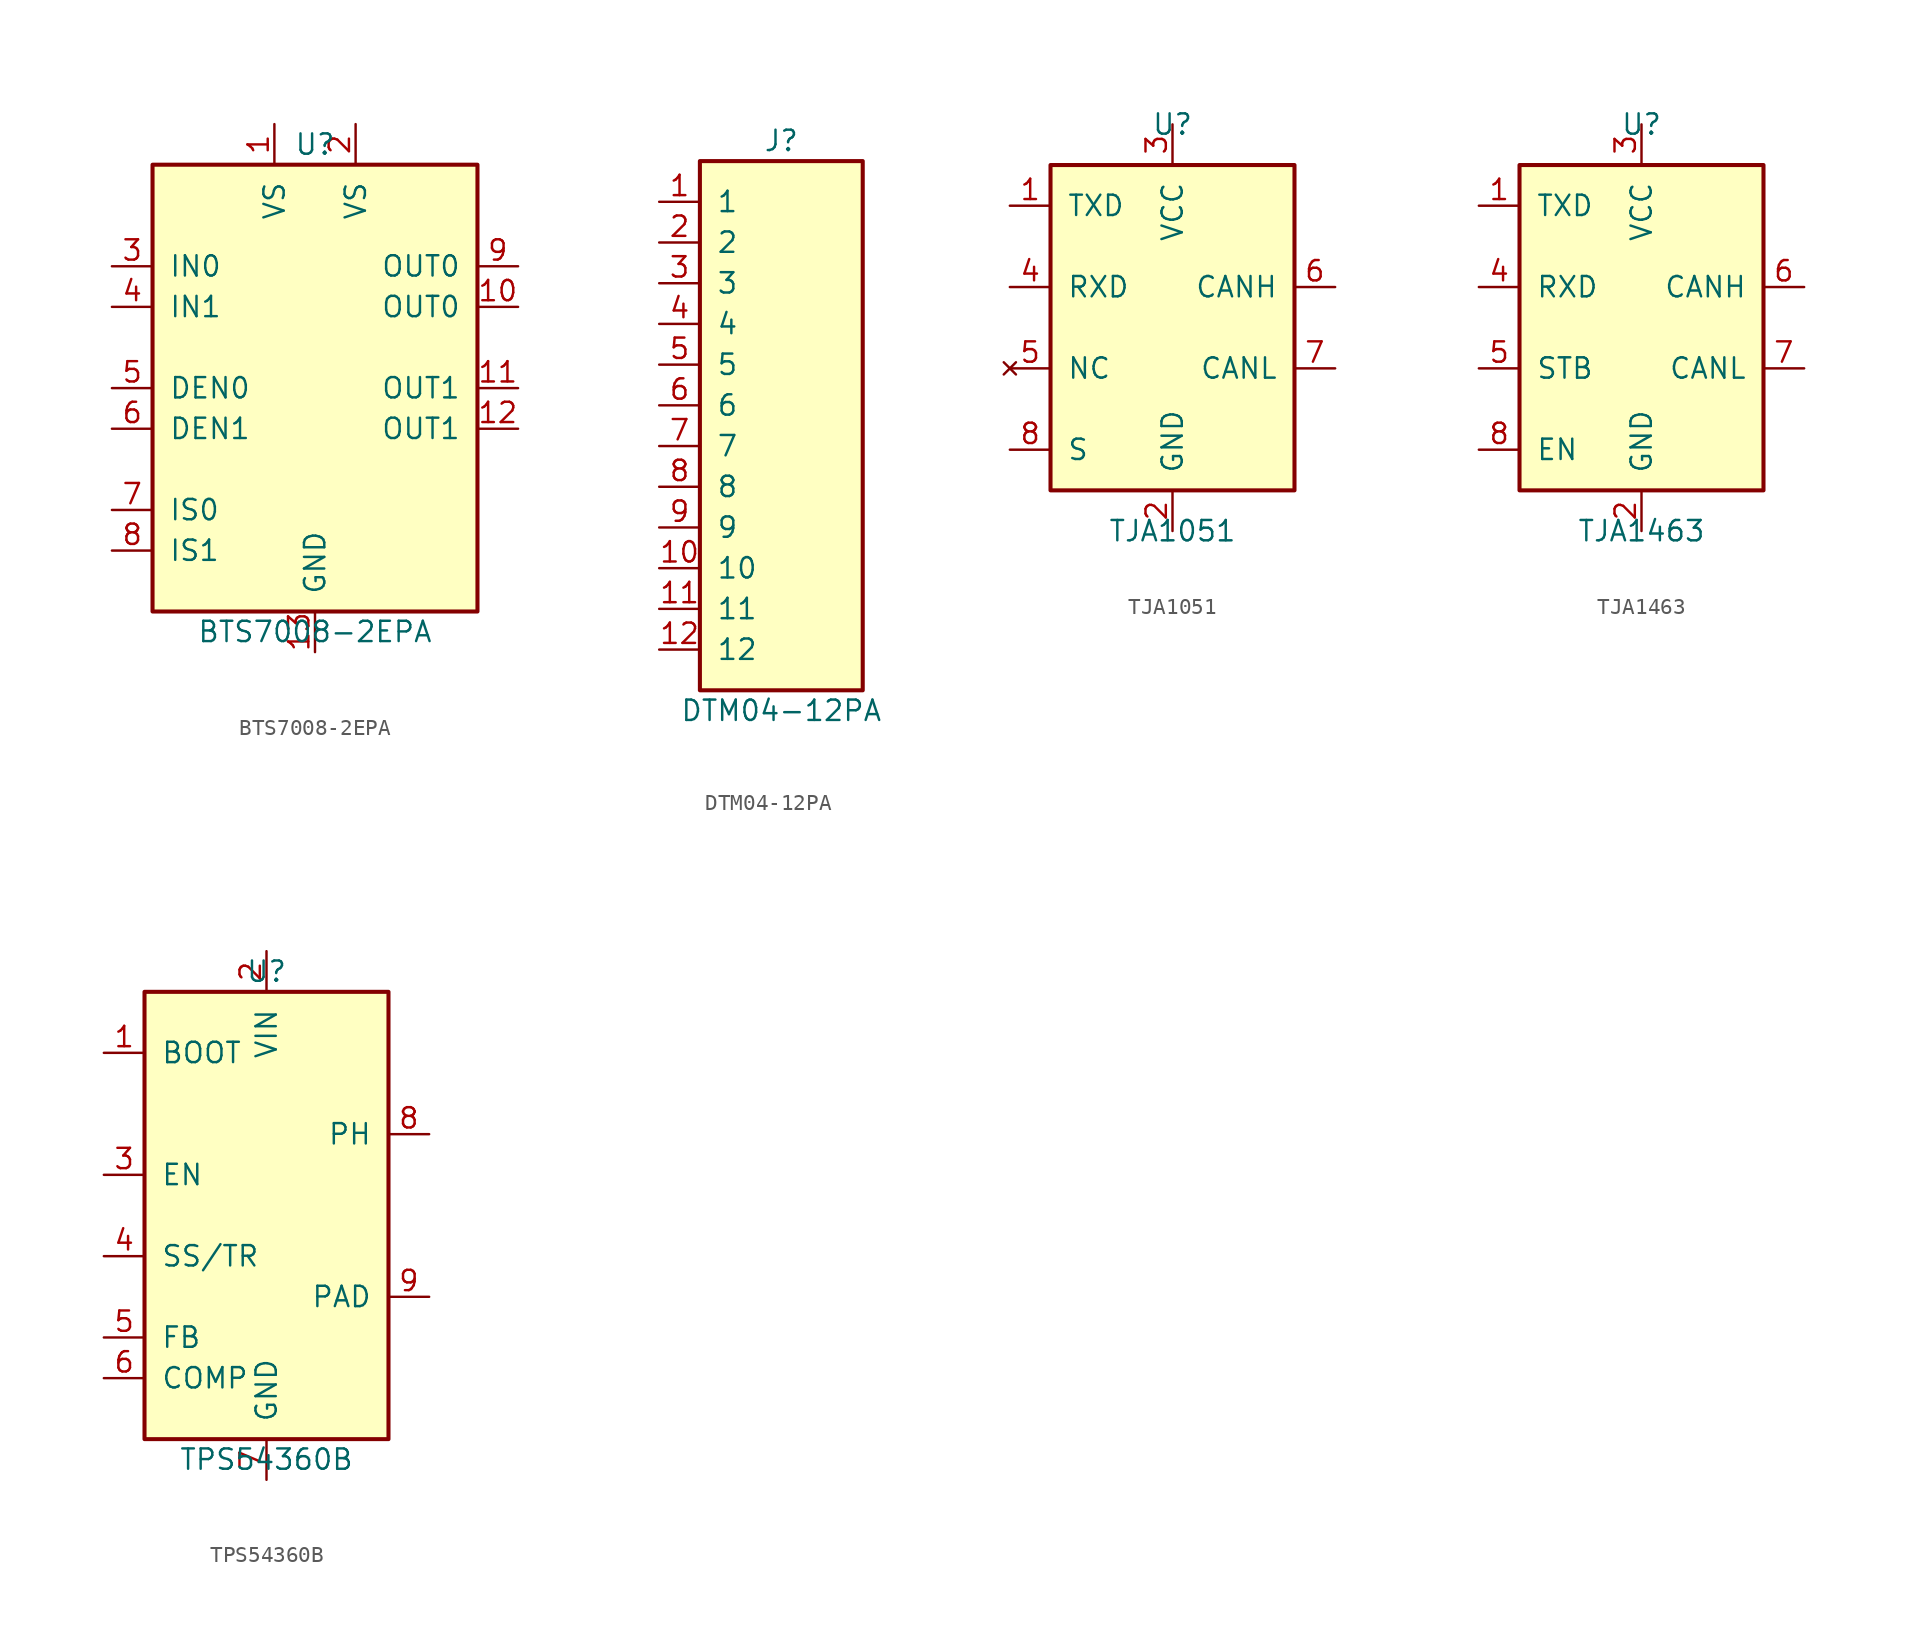
<source format=kicad_sym>
(kicad_symbol_lib
  (version 20231120)
  (generator "kicad_symbol_editor")
  (generator_version "8.0")
  (symbol "BTS7008-2EPA"
    (pin_names
      (offset 1.016))
    (property "Reference" "U"
      (at 0 15.24 0)
      (effects (font (size 1.27 1.27))))
    (property "Value" "BTS7008-2EPA"
      (at 0 -15.24 0)
      (effects (font (size 1.27 1.27))))
    (symbol "BTS7008-2EPA_0_1"
      (rectangle (start -10.16 13.97) (end 10.16 -13.97) (stroke (width 0.254) (type default)) (fill (type background))))
    (symbol "BTS7008-2EPA_1_1"
      (pin power_in line (at -2.54 16.51 270) (length 2.54) (name "VS" (effects (font (size 1.27 1.27)))) (number "1" (effects (font (size 1.27 1.27)))))
      (pin power_in line (at 2.54 16.51 270) (length 2.54) (name "VS" (effects (font (size 1.27 1.27)))) (number "2" (effects (font (size 1.27 1.27)))))
      (pin input line (at -12.7 7.62 0) (length 2.54) (name "IN0" (effects (font (size 1.27 1.27)))) (number "3" (effects (font (size 1.27 1.27)))))
      (pin input line (at -12.7 5.08 0) (length 2.54) (name "IN1" (effects (font (size 1.27 1.27)))) (number "4" (effects (font (size 1.27 1.27)))))
      (pin input line (at -12.7 0 0) (length 2.54) (name "DEN0" (effects (font (size 1.27 1.27)))) (number "5" (effects (font (size 1.27 1.27)))))
      (pin input line (at -12.7 -2.54 0) (length 2.54) (name "DEN1" (effects (font (size 1.27 1.27)))) (number "6" (effects (font (size 1.27 1.27)))))
      (pin output line (at -12.7 -7.62 0) (length 2.54) (name "IS0" (effects (font (size 1.27 1.27)))) (number "7" (effects (font (size 1.27 1.27)))))
      (pin output line (at -12.7 -10.16 0) (length 2.54) (name "IS1" (effects (font (size 1.27 1.27)))) (number "8" (effects (font (size 1.27 1.27)))))
      (pin power_out line (at 12.7 7.62 180) (length 2.54) (name "OUT0" (effects (font (size 1.27 1.27)))) (number "9" (effects (font (size 1.27 1.27)))))
      (pin power_out line (at 12.7 5.08 180) (length 2.54) (name "OUT0" (effects (font (size 1.27 1.27)))) (number "10" (effects (font (size 1.27 1.27)))))
      (pin power_out line (at 12.7 0 180) (length 2.54) (name "OUT1" (effects (font (size 1.27 1.27)))) (number "11" (effects (font (size 1.27 1.27)))))
      (pin power_out line (at 12.7 -2.54 180) (length 2.54) (name "OUT1" (effects (font (size 1.27 1.27)))) (number "12" (effects (font (size 1.27 1.27)))))
      (pin power_in line (at 0 -16.51 90) (length 2.54) (name "GND" (effects (font (size 1.27 1.27)))) (number "13" (effects (font (size 1.27 1.27)))))))
  (symbol "DTM04-12PA"
    (pin_names
      (offset 1.016))
    (property "Reference" "J"
      (at 0 17.78 0)
      (effects (font (size 1.27 1.27))))
    (property "Value" "DTM04-12PA"
      (at 0 -17.78 0)
      (effects (font (size 1.27 1.27))))
    (symbol "DTM04-12PA_0_1"
      (rectangle (start -5.08 16.51) (end 5.08 -16.51) (stroke (width 0.254) (type default)) (fill (type background))))
    (symbol "DTM04-12PA_1_1"
      (pin passive line (at -7.62 13.97 0) (length 2.54) (name "1" (effects (font (size 1.27 1.27)))) (number "1" (effects (font (size 1.27 1.27)))))
      (pin passive line (at -7.62 11.43 0) (length 2.54) (name "2" (effects (font (size 1.27 1.27)))) (number "2" (effects (font (size 1.27 1.27)))))
      (pin passive line (at -7.62 8.89 0) (length 2.54) (name "3" (effects (font (size 1.27 1.27)))) (number "3" (effects (font (size 1.27 1.27)))))
      (pin passive line (at -7.62 6.35 0) (length 2.54) (name "4" (effects (font (size 1.27 1.27)))) (number "4" (effects (font (size 1.27 1.27)))))
      (pin passive line (at -7.62 3.81 0) (length 2.54) (name "5" (effects (font (size 1.27 1.27)))) (number "5" (effects (font (size 1.27 1.27)))))
      (pin passive line (at -7.62 1.27 0) (length 2.54) (name "6" (effects (font (size 1.27 1.27)))) (number "6" (effects (font (size 1.27 1.27)))))
      (pin passive line (at -7.62 -1.27 0) (length 2.54) (name "7" (effects (font (size 1.27 1.27)))) (number "7" (effects (font (size 1.27 1.27)))))
      (pin passive line (at -7.62 -3.81 0) (length 2.54) (name "8" (effects (font (size 1.27 1.27)))) (number "8" (effects (font (size 1.27 1.27)))))
      (pin passive line (at -7.62 -6.35 0) (length 2.54) (name "9" (effects (font (size 1.27 1.27)))) (number "9" (effects (font (size 1.27 1.27)))))
      (pin passive line (at -7.62 -8.89 0) (length 2.54) (name "10" (effects (font (size 1.27 1.27)))) (number "10" (effects (font (size 1.27 1.27)))))
      (pin passive line (at -7.62 -11.43 0) (length 2.54) (name "11" (effects (font (size 1.27 1.27)))) (number "11" (effects (font (size 1.27 1.27)))))
      (pin passive line (at -7.62 -13.97 0) (length 2.54) (name "12" (effects (font (size 1.27 1.27)))) (number "12" (effects (font (size 1.27 1.27)))))))
  (symbol "TJA1051"
    (pin_names
      (offset 1.016))
    (property "Reference" "U"
      (at 0 12.7 0)
      (effects (font (size 1.27 1.27))))
    (property "Value" "TJA1051"
      (at 0 -12.7 0)
      (effects (font (size 1.27 1.27))))
    (symbol "TJA1051_0_1"
      (rectangle (start -7.62 10.16) (end 7.62 -10.16) (stroke (width 0.254) (type default)) (fill (type background))))
    (symbol "TJA1051_1_1"
      (pin input line (at -10.16 7.62 0) (length 2.54) (name "TXD" (effects (font (size 1.27 1.27)))) (number "1" (effects (font (size 1.27 1.27)))))
      (pin power_in line (at 0 -12.7 90) (length 2.54) (name "GND" (effects (font (size 1.27 1.27)))) (number "2" (effects (font (size 1.27 1.27)))))
      (pin power_in line (at 0 12.7 270) (length 2.54) (name "VCC" (effects (font (size 1.27 1.27)))) (number "3" (effects (font (size 1.27 1.27)))))
      (pin output line (at -10.16 2.54 0) (length 2.54) (name "RXD" (effects (font (size 1.27 1.27)))) (number "4" (effects (font (size 1.27 1.27)))))
      (pin no_connect line (at -10.16 -2.54 0) (length 2.54) (name "NC" (effects (font (size 1.27 1.27)))) (number "5" (effects (font (size 1.27 1.27)))))
      (pin bidirectional line (at 10.16 2.54 180) (length 2.54) (name "CANH" (effects (font (size 1.27 1.27)))) (number "6" (effects (font (size 1.27 1.27)))))
      (pin bidirectional line (at 10.16 -2.54 180) (length 2.54) (name "CANL" (effects (font (size 1.27 1.27)))) (number "7" (effects (font (size 1.27 1.27)))))
      (pin input line (at -10.16 -7.62 0) (length 2.54) (name "S" (effects (font (size 1.27 1.27)))) (number "8" (effects (font (size 1.27 1.27)))))))
  (symbol "TJA1463"
    (pin_names
      (offset 1.016))
    (property "Reference" "U"
      (at 0 12.7 0)
      (effects (font (size 1.27 1.27))))
    (property "Value" "TJA1463"
      (at 0 -12.7 0)
      (effects (font (size 1.27 1.27))))
    (symbol "TJA1463_0_1"
      (rectangle (start -7.62 10.16) (end 7.62 -10.16) (stroke (width 0.254) (type default)) (fill (type background))))
    (symbol "TJA1463_1_1"
      (pin input line (at -10.16 7.62 0) (length 2.54) (name "TXD" (effects (font (size 1.27 1.27)))) (number "1" (effects (font (size 1.27 1.27)))))
      (pin power_in line (at 0 -12.7 90) (length 2.54) (name "GND" (effects (font (size 1.27 1.27)))) (number "2" (effects (font (size 1.27 1.27)))))
      (pin power_in line (at 0 12.7 270) (length 2.54) (name "VCC" (effects (font (size 1.27 1.27)))) (number "3" (effects (font (size 1.27 1.27)))))
      (pin output line (at -10.16 2.54 0) (length 2.54) (name "RXD" (effects (font (size 1.27 1.27)))) (number "4" (effects (font (size 1.27 1.27)))))
      (pin input line (at -10.16 -2.54 0) (length 2.54) (name "STB" (effects (font (size 1.27 1.27)))) (number "5" (effects (font (size 1.27 1.27)))))
      (pin bidirectional line (at 10.16 2.54 180) (length 2.54) (name "CANH" (effects (font (size 1.27 1.27)))) (number "6" (effects (font (size 1.27 1.27)))))
      (pin bidirectional line (at 10.16 -2.54 180) (length 2.54) (name "CANL" (effects (font (size 1.27 1.27)))) (number "7" (effects (font (size 1.27 1.27)))))
      (pin input line (at -10.16 -7.62 0) (length 2.54) (name "EN" (effects (font (size 1.27 1.27)))) (number "8" (effects (font (size 1.27 1.27)))))))
  (symbol "TPS54360B"
    (pin_names
      (offset 1.016))
    (property "Reference" "U"
      (at 0 15.24 0)
      (effects (font (size 1.27 1.27))))
    (property "Value" "TPS54360B"
      (at 0 -15.24 0)
      (effects (font (size 1.27 1.27))))
    (symbol "TPS54360B_0_1"
      (rectangle (start -7.62 13.97) (end 7.62 -13.97) (stroke (width 0.254) (type default)) (fill (type background))))
    (symbol "TPS54360B_1_1"
      (pin input line (at -10.16 10.16 0) (length 2.54) (name "BOOT" (effects (font (size 1.27 1.27)))) (number "1" (effects (font (size 1.27 1.27)))))
      (pin power_in line (at 0 16.51 270) (length 2.54) (name "VIN" (effects (font (size 1.27 1.27)))) (number "2" (effects (font (size 1.27 1.27)))))
      (pin input line (at -10.16 2.54 0) (length 2.54) (name "EN" (effects (font (size 1.27 1.27)))) (number "3" (effects (font (size 1.27 1.27)))))
      (pin input line (at -10.16 -2.54 0) (length 2.54) (name "SS/TR" (effects (font (size 1.27 1.27)))) (number "4" (effects (font (size 1.27 1.27)))))
      (pin input line (at -10.16 -7.62 0) (length 2.54) (name "FB" (effects (font (size 1.27 1.27)))) (number "5" (effects (font (size 1.27 1.27)))))
      (pin input line (at -10.16 -10.16 0) (length 2.54) (name "COMP" (effects (font (size 1.27 1.27)))) (number "6" (effects (font (size 1.27 1.27)))))
      (pin power_in line (at 0 -16.51 90) (length 2.54) (name "GND" (effects (font (size 1.27 1.27)))) (number "7" (effects (font (size 1.27 1.27)))))
      (pin power_out line (at 10.16 5.08 180) (length 2.54) (name "PH" (effects (font (size 1.27 1.27)))) (number "8" (effects (font (size 1.27 1.27)))))
      (pin passive line (at 10.16 -5.08 180) (length 2.54) (name "PAD" (effects (font (size 1.27 1.27)))) (number "9" (effects (font (size 1.27 1.27))))))))
</source>
